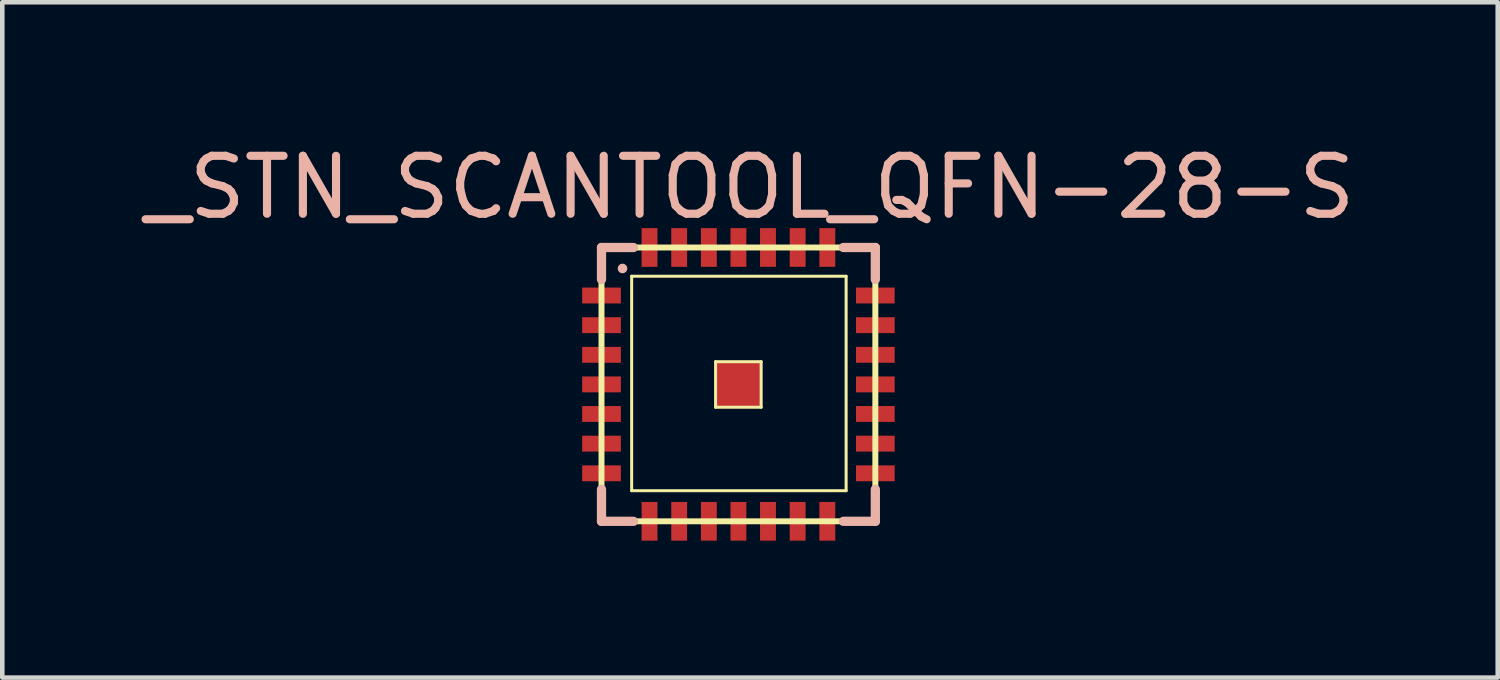
<source format=kicad_pcb>
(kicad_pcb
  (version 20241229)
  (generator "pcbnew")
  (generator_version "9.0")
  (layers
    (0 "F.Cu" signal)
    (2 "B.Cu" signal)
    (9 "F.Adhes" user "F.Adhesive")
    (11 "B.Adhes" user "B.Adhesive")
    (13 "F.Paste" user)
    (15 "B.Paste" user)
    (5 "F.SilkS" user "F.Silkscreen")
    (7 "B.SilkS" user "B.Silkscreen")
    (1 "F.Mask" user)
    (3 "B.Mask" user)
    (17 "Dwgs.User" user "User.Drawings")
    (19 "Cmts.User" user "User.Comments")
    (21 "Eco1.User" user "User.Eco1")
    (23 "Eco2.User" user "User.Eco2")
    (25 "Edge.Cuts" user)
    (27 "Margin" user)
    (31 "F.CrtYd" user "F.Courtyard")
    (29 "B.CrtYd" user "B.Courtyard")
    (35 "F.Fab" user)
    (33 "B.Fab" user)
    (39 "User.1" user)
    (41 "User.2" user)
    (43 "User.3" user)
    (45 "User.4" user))
  (footprint "_STN_SCANTOOL_QFN-28-S"
    (layer "F.Cu")
    (at 13.13 5.373)
    (property "Reference" "_STN_SCANTOOL_QFN-28-S" (at 0.254 -4.318 0) (layer "B.SilkS") (effects (font (size 1.27 1.27) (thickness 0.178))))
    (attr smd)
    (fp_line (start -3 -3) (end -3 3) (stroke (width 0.13) (type solid)) (layer "F.SilkS"))
    (fp_line (start -3 3) (end 3 3) (stroke (width 0.13) (type solid)) (layer "F.SilkS"))
    (fp_line (start -2.339 -2.37) (end 2.36 -2.37) (stroke (width 0.066) (type solid)) (layer "F.SilkS"))
    (fp_line (start -2.339 2.329) (end -2.339 -2.37) (stroke (width 0.066) (type solid)) (layer "F.SilkS"))
    (fp_line (start -2.339 2.329) (end 2.36 2.329) (stroke (width 0.066) (type solid)) (layer "F.SilkS"))
    (fp_line (start -0.5 -0.498) (end 0.498 -0.498) (stroke (width 0.066) (type solid)) (layer "F.SilkS"))
    (fp_line (start -0.5 0.5) (end -0.5 -0.498) (stroke (width 0.066) (type solid)) (layer "F.SilkS"))
    (fp_line (start -0.5 0.5) (end 0.498 0.5) (stroke (width 0.066) (type solid)) (layer "F.SilkS"))
    (fp_line (start 0.498 0.5) (end 0.498 -0.498) (stroke (width 0.066) (type solid)) (layer "F.SilkS"))
    (fp_line (start 2.36 2.329) (end 2.36 -2.37) (stroke (width 0.066) (type solid)) (layer "F.SilkS"))
    (fp_line (start 3 -3) (end -3 -3) (stroke (width 0.13) (type solid)) (layer "F.SilkS"))
    (fp_line (start 3 3) (end 3 -3) (stroke (width 0.13) (type solid)) (layer "F.SilkS"))
    (fp_line (start -3 -3) (end -2.299 -3) (stroke (width 0.203) (type solid)) (layer "B.SilkS"))
    (fp_line (start -3 -2.299) (end -3 -3) (stroke (width 0.203) (type solid)) (layer "B.SilkS"))
    (fp_line (start -3 3) (end -3 2.299) (stroke (width 0.203) (type solid)) (layer "B.SilkS"))
    (fp_line (start -2.299 3) (end -3 3) (stroke (width 0.203) (type solid)) (layer "B.SilkS"))
    (fp_line (start 2.299 -3) (end 3 -3) (stroke (width 0.203) (type solid)) (layer "B.SilkS"))
    (fp_line (start 3 -3) (end 3 -2.299) (stroke (width 0.203) (type solid)) (layer "B.SilkS"))
    (fp_line (start 3 2.299) (end 3 3) (stroke (width 0.203) (type solid)) (layer "B.SilkS"))
    (fp_line (start 3 3) (end 2.299 3) (stroke (width 0.203) (type solid)) (layer "B.SilkS"))
    (fp_circle (center -2.54 -2.54) (end -2.614 -2.614) (stroke (width 0) (type solid)) (fill yes) (layer "B.SilkS"))
    (pad "1" smd rect (at -3 -1.948) (size 0.848 0.348) (layers "F.Cu" "F.Mask" "F.Paste"))
    (pad "2" smd rect (at -3 -1.298) (size 0.848 0.348) (layers "F.Cu" "F.Mask" "F.Paste"))
    (pad "3" smd rect (at -3 -0.648) (size 0.848 0.348) (layers "F.Cu" "F.Mask" "F.Paste"))
    (pad "4" smd rect (at -3 0) (size 0.848 0.348) (layers "F.Cu" "F.Mask" "F.Paste"))
    (pad "5" smd rect (at -3 0.648) (size 0.848 0.348) (layers "F.Cu" "F.Mask" "F.Paste"))
    (pad "6" smd rect (at -3 1.298) (size 0.848 0.348) (layers "F.Cu" "F.Mask" "F.Paste"))
    (pad "7" smd rect (at -3 1.948) (size 0.848 0.348) (layers "F.Cu" "F.Mask" "F.Paste"))
    (pad "8" smd rect (at -1.948 3) (size 0.348 0.848) (layers "F.Cu" "F.Mask" "F.Paste"))
    (pad "9" smd rect (at -1.298 3) (size 0.348 0.848) (layers "F.Cu" "F.Mask" "F.Paste"))
    (pad "10" smd rect (at -0.648 3) (size 0.348 0.848) (layers "F.Cu" "F.Mask" "F.Paste"))
    (pad "11" smd rect (at 0 3) (size 0.348 0.848) (layers "F.Cu" "F.Mask" "F.Paste"))
    (pad "12" smd rect (at 0.648 3) (size 0.348 0.848) (layers "F.Cu" "F.Mask" "F.Paste"))
    (pad "13" smd rect (at 1.298 3) (size 0.348 0.848) (layers "F.Cu" "F.Mask" "F.Paste"))
    (pad "14" smd rect (at 1.948 3) (size 0.348 0.848) (layers "F.Cu" "F.Mask" "F.Paste"))
    (pad "15" smd rect (at 3 1.948) (size 0.848 0.348) (layers "F.Cu" "F.Mask" "F.Paste"))
    (pad "16" smd rect (at 3 1.298) (size 0.848 0.348) (layers "F.Cu" "F.Mask" "F.Paste"))
    (pad "17" smd rect (at 3 0.648) (size 0.848 0.348) (layers "F.Cu" "F.Mask" "F.Paste"))
    (pad "18" smd rect (at 3 0) (size 0.848 0.348) (layers "F.Cu" "F.Mask" "F.Paste"))
    (pad "19" smd rect (at 3 -0.648) (size 0.848 0.348) (layers "F.Cu" "F.Mask" "F.Paste"))
    (pad "20" smd rect (at 3 -1.298) (size 0.848 0.348) (layers "F.Cu" "F.Mask" "F.Paste"))
    (pad "21" smd rect (at 3 -1.948) (size 0.848 0.348) (layers "F.Cu" "F.Mask" "F.Paste"))
    (pad "22" smd rect (at 1.948 -3) (size 0.348 0.848) (layers "F.Cu" "F.Mask" "F.Paste"))
    (pad "23" smd rect (at 1.298 -3) (size 0.348 0.848) (layers "F.Cu" "F.Mask" "F.Paste"))
    (pad "24" smd rect (at 0.648 -3) (size 0.348 0.848) (layers "F.Cu" "F.Mask" "F.Paste"))
    (pad "25" smd rect (at 0 -3) (size 0.348 0.848) (layers "F.Cu" "F.Mask" "F.Paste"))
    (pad "26" smd rect (at -0.648 -3) (size 0.348 0.848) (layers "F.Cu" "F.Mask" "F.Paste"))
    (pad "27" smd rect (at -1.298 -3) (size 0.348 0.848) (layers "F.Cu" "F.Mask" "F.Paste"))
    (pad "28" smd rect (at -1.948 -3) (size 0.348 0.848) (layers "F.Cu" "F.Mask" "F.Paste"))
    (pad "EXP" smd rect (at 0 0) (size 0.998 0.998) (layers "F.Cu" "F.Mask" "F.Paste")))
  (gr_rect
    (start -3 -3)
    (end 29.768 11.797)
    (stroke (width 0.1) (type default))
    (fill no)
    (layer "Edge.Cuts")))
</source>
